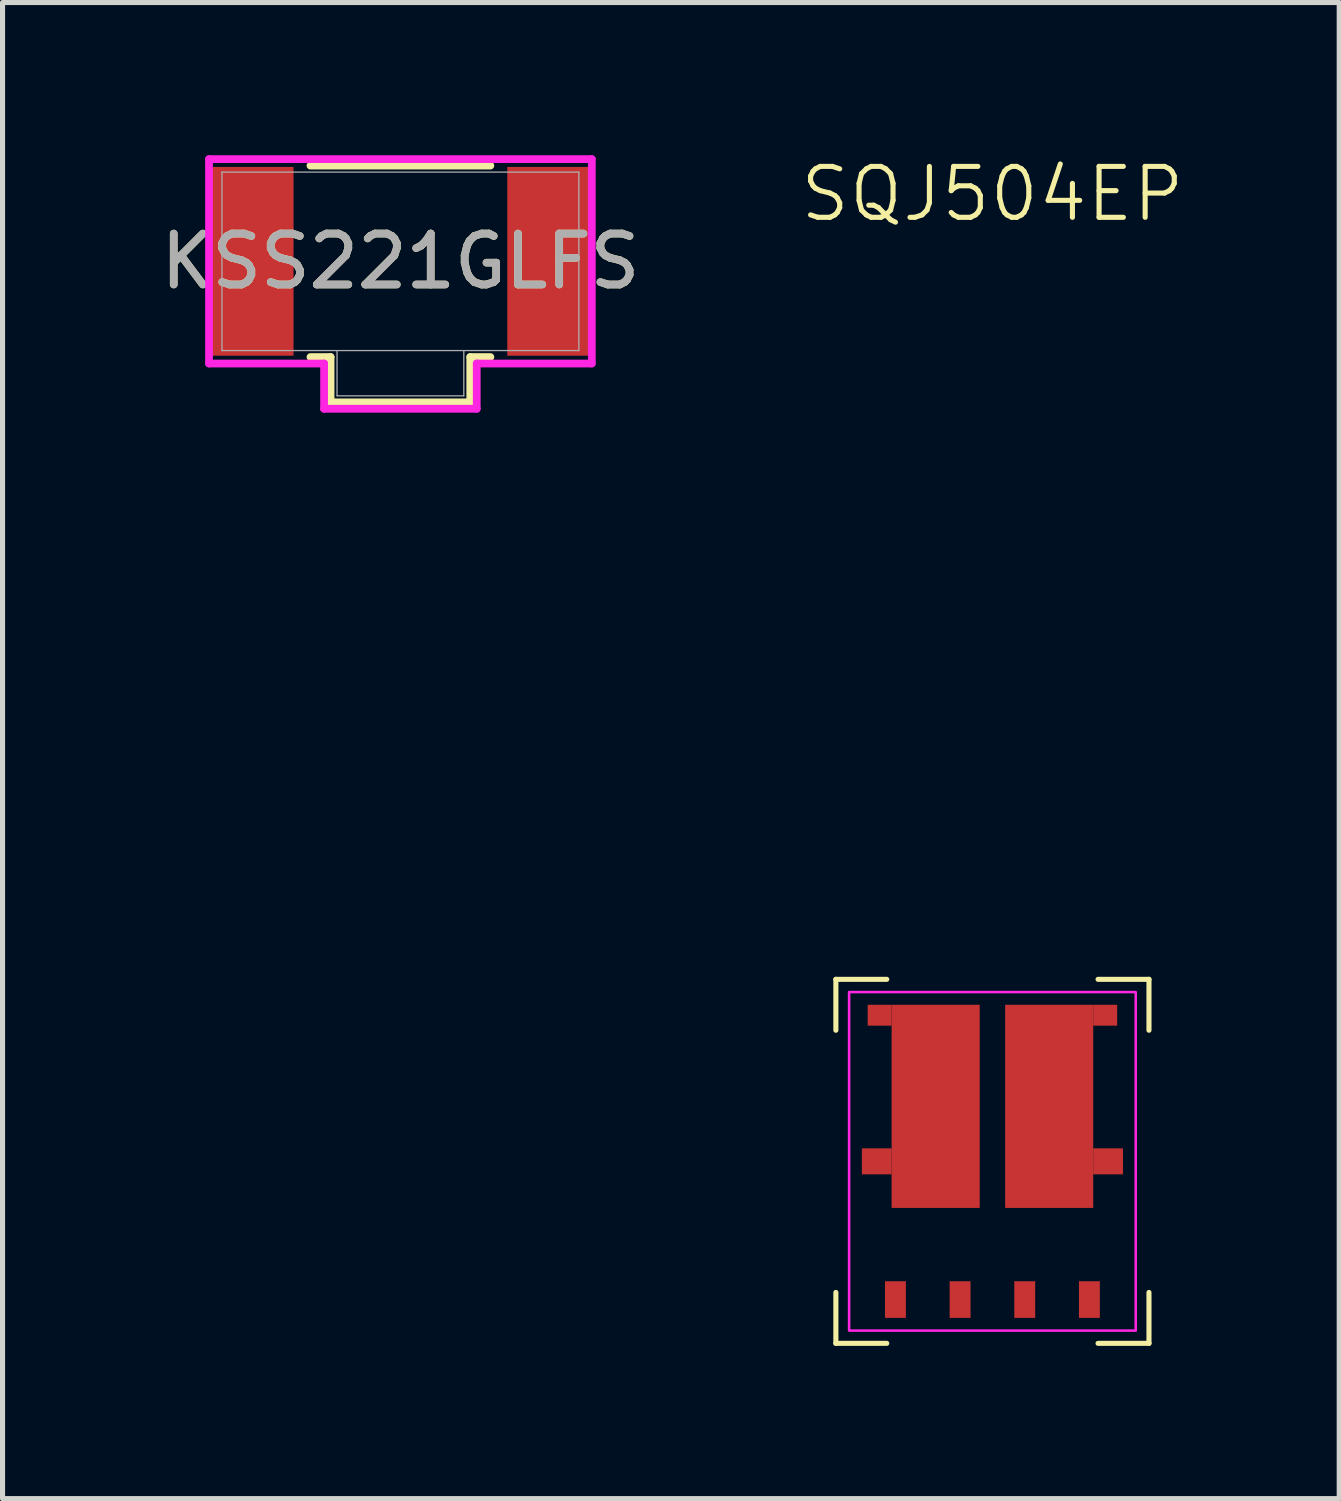
<source format=kicad_pcb>
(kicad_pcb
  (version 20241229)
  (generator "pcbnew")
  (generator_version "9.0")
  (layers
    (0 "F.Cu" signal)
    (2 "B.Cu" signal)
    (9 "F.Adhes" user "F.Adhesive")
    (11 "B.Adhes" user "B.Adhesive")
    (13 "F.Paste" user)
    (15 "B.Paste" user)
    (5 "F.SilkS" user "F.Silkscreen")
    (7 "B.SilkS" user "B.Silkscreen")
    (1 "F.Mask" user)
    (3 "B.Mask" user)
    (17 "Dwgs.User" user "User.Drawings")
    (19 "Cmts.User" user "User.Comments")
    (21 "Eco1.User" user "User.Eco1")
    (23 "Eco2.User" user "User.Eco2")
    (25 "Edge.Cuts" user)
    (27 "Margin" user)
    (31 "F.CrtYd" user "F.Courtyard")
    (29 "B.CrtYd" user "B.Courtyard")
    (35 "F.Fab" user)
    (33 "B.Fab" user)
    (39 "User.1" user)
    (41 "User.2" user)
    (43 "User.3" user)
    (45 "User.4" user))
  (footprint "SQJ504EP"
    (layer "F.Cu")
    (at 16.443 19.761)
    (property "Reference" "SQJ504EP" (at 0 -19 0) (unlocked yes) (layer "F.SilkS") (effects (font (size 1 1) (thickness 0.1))))
    (attr smd)
    (fp_line (start -3.075 -3.575) (end -3.075 -2.575) (stroke (width 0.1) (type solid)) (layer "F.SilkS"))
    (fp_line (start -3.075 -3.575) (end -2.075 -3.575) (stroke (width 0.1) (type solid)) (layer "F.SilkS"))
    (fp_line (start -3.075 3.575) (end -3.075 2.575) (stroke (width 0.1) (type solid)) (layer "F.SilkS"))
    (fp_line (start -3.075 3.575) (end -2.075 3.575) (stroke (width 0.1) (type solid)) (layer "F.SilkS"))
    (fp_line (start 3.075 -3.575) (end 2.075 -3.575) (stroke (width 0.1) (type solid)) (layer "F.SilkS"))
    (fp_line (start 3.075 -3.575) (end 3.075 -2.575) (stroke (width 0.1) (type solid)) (layer "F.SilkS"))
    (fp_line (start 3.075 3.575) (end 2.075 3.575) (stroke (width 0.1) (type solid)) (layer "F.SilkS"))
    (fp_line (start 3.075 3.575) (end 3.075 2.575) (stroke (width 0.1) (type solid)) (layer "F.SilkS"))
    (fp_rect (start -2.815 -3.325) (end 2.815 3.325) (stroke (width 0.05) (type solid)) (fill no) (layer "F.CrtYd"))
    (pad "1" smd rect (at -1.905 2.715) (size 0.41 0.72) (layers "F.Cu" "F.Mask" "F.Paste"))
    (pad "2" smd rect (at -0.635 2.715) (size 0.41 0.72) (layers "F.Cu" "F.Mask" "F.Paste"))
    (pad "3" smd rect (at 0.635 2.715) (size 0.41 0.72) (layers "F.Cu" "F.Mask" "F.Paste"))
    (pad "4" smd rect (at 1.905 2.715) (size 0.41 0.72) (layers "F.Cu" "F.Mask" "F.Paste"))
    (pad "5" smd rect (at -2.272 0) (size 0.585 0.51) (layers "F.Cu" "F.Mask" "F.Paste"))
    (pad "5" smd rect (at -2.215 -2.87) (size 0.47 0.41) (layers "F.Cu" "F.Mask" "F.Paste"))
    (pad "5" smd rect (at -1.115 -1.08) (size 1.73 3.99) (layers "F.Cu" "F.Mask" "F.Paste"))
    (pad "6" smd rect (at 1.115 -1.08) (size 1.73 3.99) (layers "F.Cu" "F.Mask" "F.Paste"))
    (pad "6" smd rect (at 2.215 -2.87) (size 0.47 0.41) (layers "F.Cu" "F.Mask" "F.Paste"))
    (pad "6" smd rect (at 2.272 0) (size 0.585 0.51) (layers "F.Cu" "F.Mask" "F.Paste")))
  (footprint "KSS221GLFS"
    (layer "F.Cu")
    (at 4.815 2.083)
    (property "Reference" "KSS221GLFS" (at 0 0 0) (unlocked yes) (layer "F.SilkS") (effects (font (size 1 1) (thickness 0.15))))
    (attr smd)
    (fp_line (start -1.767 -1.88) (end 1.767 -1.88) (stroke (width 0.152) (type solid)) (layer "F.SilkS"))
    (fp_line (start -1.372 1.88) (end -1.767 1.88) (stroke (width 0.152) (type solid)) (layer "F.SilkS"))
    (fp_line (start -1.372 2.769) (end -1.372 1.88) (stroke (width 0.152) (type solid)) (layer "F.SilkS"))
    (fp_line (start 1.372 1.88) (end 1.372 2.769) (stroke (width 0.152) (type solid)) (layer "F.SilkS"))
    (fp_line (start 1.372 2.769) (end -1.372 2.769) (stroke (width 0.152) (type solid)) (layer "F.SilkS"))
    (fp_line (start 1.767 1.88) (end 1.372 1.88) (stroke (width 0.152) (type solid)) (layer "F.SilkS"))
    (fp_line (start -3.759 -2.007) (end -3.759 2.007) (stroke (width 0.152) (type solid)) (layer "F.CrtYd"))
    (fp_line (start -3.759 2.007) (end -1.499 2.007) (stroke (width 0.152) (type solid)) (layer "F.CrtYd"))
    (fp_line (start -1.499 2.007) (end -1.499 2.896) (stroke (width 0.152) (type solid)) (layer "F.CrtYd"))
    (fp_line (start -1.499 2.896) (end 1.499 2.896) (stroke (width 0.152) (type solid)) (layer "F.CrtYd"))
    (fp_line (start 1.499 2.007) (end 3.759 2.007) (stroke (width 0.152) (type solid)) (layer "F.CrtYd"))
    (fp_line (start 1.499 2.896) (end 1.499 2.007) (stroke (width 0.152) (type solid)) (layer "F.CrtYd"))
    (fp_line (start 3.759 -2.007) (end -3.759 -2.007) (stroke (width 0.152) (type solid)) (layer "F.CrtYd"))
    (fp_line (start 3.759 2.007) (end 3.759 -2.007) (stroke (width 0.152) (type solid)) (layer "F.CrtYd"))
    (fp_line (start -3.505 -1.753) (end -3.505 1.753) (stroke (width 0.025) (type solid)) (layer "F.Fab"))
    (fp_line (start -3.505 1.753) (end 3.505 1.753) (stroke (width 0.025) (type solid)) (layer "F.Fab"))
    (fp_line (start -1.245 1.753) (end -1.245 2.642) (stroke (width 0.025) (type solid)) (layer "F.Fab"))
    (fp_line (start -1.245 2.642) (end 1.245 2.642) (stroke (width 0.025) (type solid)) (layer "F.Fab"))
    (fp_line (start 1.245 2.642) (end 1.245 1.753) (stroke (width 0.025) (type solid)) (layer "F.Fab"))
    (fp_line (start 3.505 -1.753) (end -3.505 -1.753) (stroke (width 0.025) (type solid)) (layer "F.Fab"))
    (fp_line (start 3.505 1.753) (end 3.505 -1.753) (stroke (width 0.025) (type solid)) (layer "F.Fab"))
    (fp_text user "${REFERENCE}" (at 0 0 0) (unlocked yes) (layer "F.Fab") (effects (font (size 1 1) (thickness 0.15))))
    (pad "1" smd rect (at -2.95 0) (size 1.702 3.708) (layers "F.Cu" "F.Mask" "F.Paste"))
    (pad "2" smd rect (at 2.95 0) (size 1.702 3.708) (layers "F.Cu" "F.Mask" "F.Paste")))
  (gr_rect
    (start -3 -3)
    (end 23.255 26.386)
    (stroke (width 0.1) (type default))
    (fill no)
    (layer "Edge.Cuts")))
</source>
